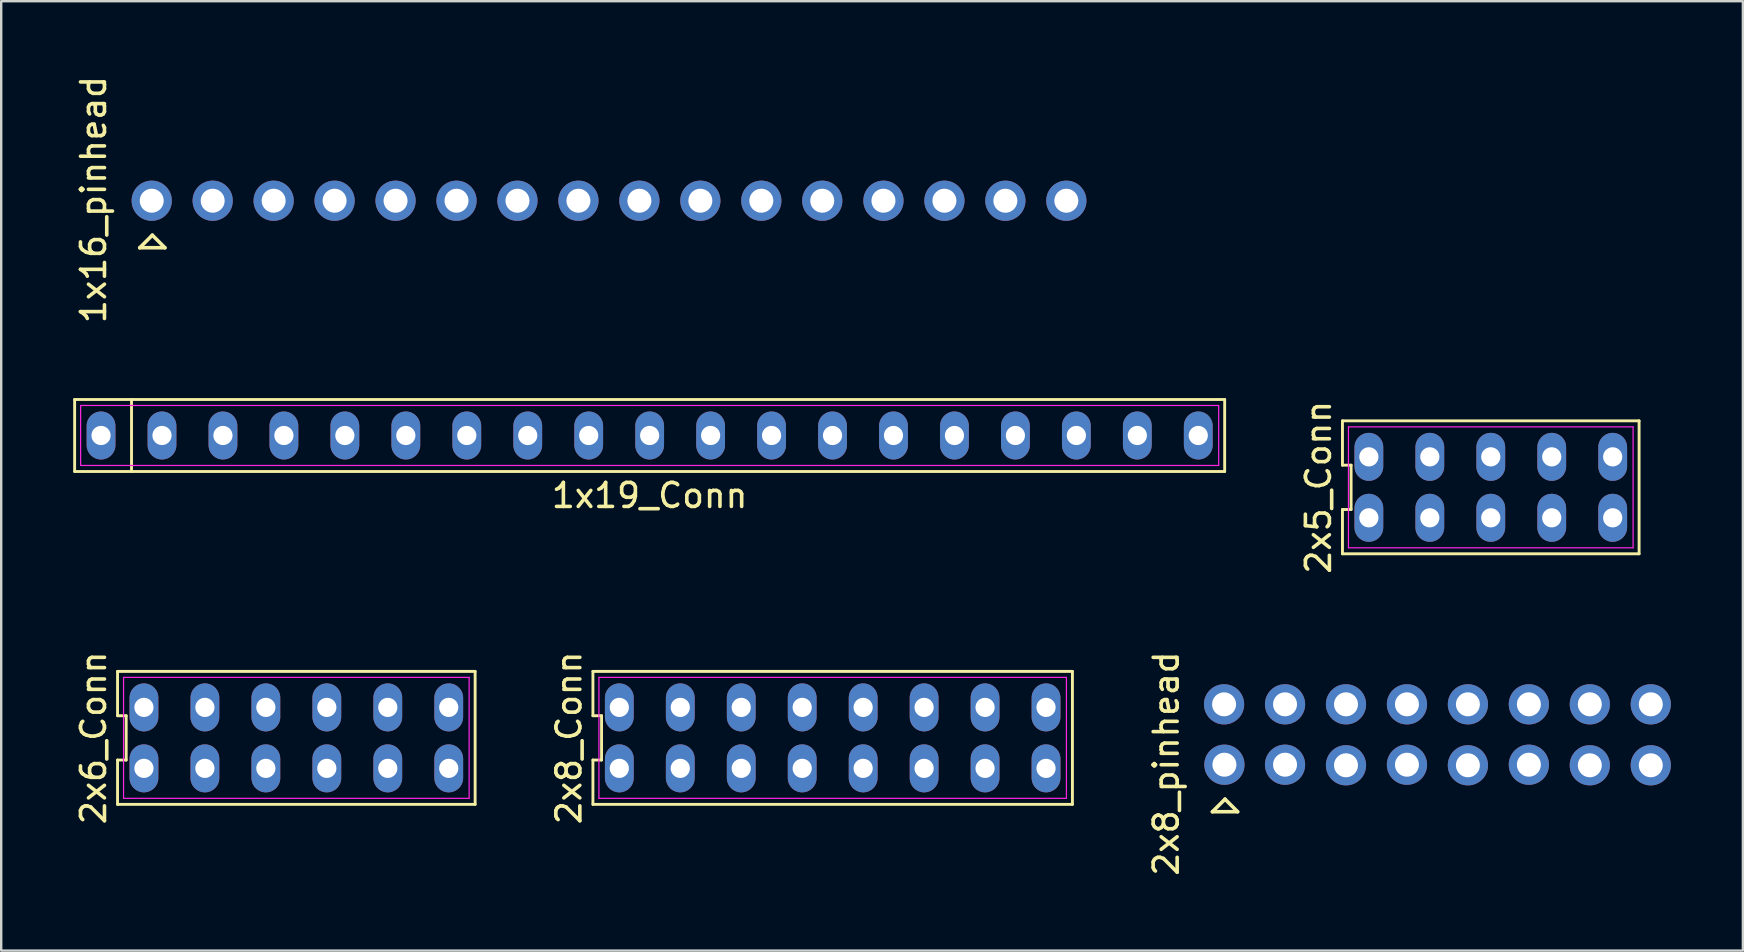
<source format=kicad_pcb>
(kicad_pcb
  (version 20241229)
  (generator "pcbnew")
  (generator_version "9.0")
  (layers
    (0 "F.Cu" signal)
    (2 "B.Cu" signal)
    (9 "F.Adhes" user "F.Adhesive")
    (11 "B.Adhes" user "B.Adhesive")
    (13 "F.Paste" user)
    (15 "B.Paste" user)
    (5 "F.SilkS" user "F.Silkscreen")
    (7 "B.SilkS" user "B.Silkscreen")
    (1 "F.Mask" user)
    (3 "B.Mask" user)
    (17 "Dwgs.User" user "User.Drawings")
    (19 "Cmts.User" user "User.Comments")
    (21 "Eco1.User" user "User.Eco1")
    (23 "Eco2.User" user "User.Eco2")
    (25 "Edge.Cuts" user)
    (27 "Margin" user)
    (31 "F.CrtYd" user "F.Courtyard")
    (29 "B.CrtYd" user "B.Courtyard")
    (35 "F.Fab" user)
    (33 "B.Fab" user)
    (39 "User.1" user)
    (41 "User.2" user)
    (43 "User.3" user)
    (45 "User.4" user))
  (footprint "2x5_Conn"
    (layer "F.Cu")
    (at 59.068 17.256)
    (property "Reference" "2x5_Conn" (at -7.18 0 90) (layer "F.SilkS") (effects (font (size 1 1) (thickness 0.15))))
    (attr through_hole)
    (fp_line (start -6.18 -2.77) (end -6.18 -0.923) (stroke (width 0.12) (type solid)) (layer "F.SilkS"))
    (fp_line (start -6.18 -0.923) (end -5.82 -0.923) (stroke (width 0.12) (type solid)) (layer "F.SilkS"))
    (fp_line (start -6.18 0.923) (end -6.18 2.77) (stroke (width 0.12) (type solid)) (layer "F.SilkS"))
    (fp_line (start -6.18 2.77) (end 6.18 2.77) (stroke (width 0.12) (type solid)) (layer "F.SilkS"))
    (fp_line (start -5.82 -0.923) (end -5.82 0.923) (stroke (width 0.12) (type solid)) (layer "F.SilkS"))
    (fp_line (start -5.82 0.923) (end -6.18 0.923) (stroke (width 0.12) (type solid)) (layer "F.SilkS"))
    (fp_line (start 6.18 -2.77) (end -6.18 -2.77) (stroke (width 0.12) (type solid)) (layer "F.SilkS"))
    (fp_line (start 6.18 2.77) (end 6.18 -2.77) (stroke (width 0.12) (type solid)) (layer "F.SilkS"))
    (fp_line (start -5.93 -2.52) (end 5.93 -2.52) (stroke (width 0.05) (type solid)) (layer "F.CrtYd"))
    (fp_line (start -5.93 2.52) (end -5.93 -2.52) (stroke (width 0.05) (type solid)) (layer "F.CrtYd"))
    (fp_line (start 5.93 -2.52) (end 5.93 2.52) (stroke (width 0.05) (type solid)) (layer "F.CrtYd"))
    (fp_line (start 5.93 2.52) (end -5.93 2.52) (stroke (width 0.05) (type solid)) (layer "F.CrtYd"))
    (pad "1" thru_hole oval (at -5.08 1.27) (size 1.2 2) (drill 0.8) (layers "*.Cu" "*.Mask"))
    (pad "2" thru_hole oval (at -5.08 -1.27) (size 1.2 2) (drill 0.8) (layers "*.Cu" "*.Mask"))
    (pad "3" thru_hole oval (at -2.54 1.27) (size 1.2 2) (drill 0.8) (layers "*.Cu" "*.Mask"))
    (pad "4" thru_hole oval (at -2.54 -1.27) (size 1.2 2) (drill 0.8) (layers "*.Cu" "*.Mask"))
    (pad "5" thru_hole oval (at 0 1.27) (size 1.2 2) (drill 0.8) (layers "*.Cu" "*.Mask"))
    (pad "6" thru_hole oval (at 0 -1.27) (size 1.2 2) (drill 0.8) (layers "*.Cu" "*.Mask"))
    (pad "7" thru_hole oval (at 2.54 1.27) (size 1.2 2) (drill 0.8) (layers "*.Cu" "*.Mask"))
    (pad "8" thru_hole oval (at 2.54 -1.27) (size 1.2 2) (drill 0.8) (layers "*.Cu" "*.Mask"))
    (pad "9" thru_hole oval (at 5.08 1.27) (size 1.2 2) (drill 0.8) (layers "*.Cu" "*.Mask"))
    (pad "10" thru_hole oval (at 5.08 -1.27) (size 1.2 2) (drill 0.8) (layers "*.Cu" "*.Mask")))
  (footprint "2x8_Conn"
    (layer "F.Cu")
    (at 31.646 27.696)
    (property "Reference" "2x8_Conn" (at -10.99 0 90) (layer "F.SilkS") (effects (font (size 1 1) (thickness 0.15))))
    (attr through_hole)
    (fp_line (start -9.99 -2.77) (end -9.99 -0.923) (stroke (width 0.12) (type solid)) (layer "F.SilkS"))
    (fp_line (start -9.99 -0.923) (end -9.63 -0.923) (stroke (width 0.12) (type solid)) (layer "F.SilkS"))
    (fp_line (start -9.99 0.923) (end -9.99 2.77) (stroke (width 0.12) (type solid)) (layer "F.SilkS"))
    (fp_line (start -9.99 2.77) (end 9.99 2.77) (stroke (width 0.12) (type solid)) (layer "F.SilkS"))
    (fp_line (start -9.63 -0.923) (end -9.63 0.923) (stroke (width 0.12) (type solid)) (layer "F.SilkS"))
    (fp_line (start -9.63 0.923) (end -9.99 0.923) (stroke (width 0.12) (type solid)) (layer "F.SilkS"))
    (fp_line (start 9.99 -2.77) (end -9.99 -2.77) (stroke (width 0.12) (type solid)) (layer "F.SilkS"))
    (fp_line (start 9.99 2.77) (end 9.99 -2.77) (stroke (width 0.12) (type solid)) (layer "F.SilkS"))
    (fp_line (start -9.74 -2.52) (end 9.74 -2.52) (stroke (width 0.05) (type solid)) (layer "F.CrtYd"))
    (fp_line (start -9.74 2.52) (end -9.74 -2.52) (stroke (width 0.05) (type solid)) (layer "F.CrtYd"))
    (fp_line (start 9.74 -2.52) (end 9.74 2.52) (stroke (width 0.05) (type solid)) (layer "F.CrtYd"))
    (fp_line (start 9.74 2.52) (end -9.74 2.52) (stroke (width 0.05) (type solid)) (layer "F.CrtYd"))
    (pad "1" thru_hole oval (at -8.89 1.27) (size 1.2 2) (drill 0.8) (layers "*.Cu" "*.Mask"))
    (pad "2" thru_hole oval (at -8.89 -1.27) (size 1.2 2) (drill 0.8) (layers "*.Cu" "*.Mask"))
    (pad "3" thru_hole oval (at -6.35 1.27) (size 1.2 2) (drill 0.8) (layers "*.Cu" "*.Mask"))
    (pad "4" thru_hole oval (at -6.35 -1.27) (size 1.2 2) (drill 0.8) (layers "*.Cu" "*.Mask"))
    (pad "5" thru_hole oval (at -3.81 1.27) (size 1.2 2) (drill 0.8) (layers "*.Cu" "*.Mask"))
    (pad "6" thru_hole oval (at -3.81 -1.27) (size 1.2 2) (drill 0.8) (layers "*.Cu" "*.Mask"))
    (pad "7" thru_hole oval (at -1.27 1.27) (size 1.2 2) (drill 0.8) (layers "*.Cu" "*.Mask"))
    (pad "8" thru_hole oval (at -1.27 -1.27) (size 1.2 2) (drill 0.8) (layers "*.Cu" "*.Mask"))
    (pad "9" thru_hole oval (at 1.27 1.27) (size 1.2 2) (drill 0.8) (layers "*.Cu" "*.Mask"))
    (pad "10" thru_hole oval (at 1.27 -1.27) (size 1.2 2) (drill 0.8) (layers "*.Cu" "*.Mask"))
    (pad "11" thru_hole oval (at 3.81 1.27) (size 1.2 2) (drill 0.8) (layers "*.Cu" "*.Mask"))
    (pad "12" thru_hole oval (at 3.81 -1.27) (size 1.2 2) (drill 0.8) (layers "*.Cu" "*.Mask"))
    (pad "13" thru_hole oval (at 6.35 1.27) (size 1.2 2) (drill 0.8) (layers "*.Cu" "*.Mask"))
    (pad "14" thru_hole oval (at 6.35 -1.27) (size 1.2 2) (drill 0.8) (layers "*.Cu" "*.Mask"))
    (pad "15" thru_hole oval (at 8.89 1.27) (size 1.2 2) (drill 0.8) (layers "*.Cu" "*.Mask"))
    (pad "16" thru_hole oval (at 8.89 -1.27) (size 1.2 2) (drill 0.8) (layers "*.Cu" "*.Mask")))
  (footprint "1x19_Conn"
    (layer "F.Cu")
    (at 24.02 15.096)
    (property "Reference" "1x19_Conn" (at 0 2.5 0) (layer "F.SilkS") (effects (font (size 1 1) (thickness 0.15))))
    (attr through_hole)
    (fp_line (start -23.96 -1.5) (end 23.96 -1.5) (stroke (width 0.12) (type solid)) (layer "F.SilkS"))
    (fp_line (start -23.96 1.5) (end -23.96 -1.5) (stroke (width 0.12) (type solid)) (layer "F.SilkS"))
    (fp_line (start -21.59 -1.5) (end -21.59 1.5) (stroke (width 0.12) (type solid)) (layer "F.SilkS"))
    (fp_line (start 23.96 -1.5) (end 23.96 1.5) (stroke (width 0.12) (type solid)) (layer "F.SilkS"))
    (fp_line (start 23.96 1.5) (end -23.96 1.5) (stroke (width 0.12) (type solid)) (layer "F.SilkS"))
    (fp_line (start -23.71 -1.25) (end 23.71 -1.25) (stroke (width 0.05) (type solid)) (layer "F.CrtYd"))
    (fp_line (start -23.71 1.25) (end -23.71 -1.25) (stroke (width 0.05) (type solid)) (layer "F.CrtYd"))
    (fp_line (start 23.71 -1.25) (end 23.71 1.25) (stroke (width 0.05) (type solid)) (layer "F.CrtYd"))
    (fp_line (start 23.71 1.25) (end -23.71 1.25) (stroke (width 0.05) (type solid)) (layer "F.CrtYd"))
    (pad "1" thru_hole oval (at -22.86 0) (size 1.2 2) (drill 0.8) (layers "*.Cu" "*.Mask"))
    (pad "2" thru_hole oval (at -20.32 0) (size 1.2 2) (drill 0.8) (layers "*.Cu" "*.Mask"))
    (pad "3" thru_hole oval (at -17.78 0) (size 1.2 2) (drill 0.8) (layers "*.Cu" "*.Mask"))
    (pad "4" thru_hole oval (at -15.24 0) (size 1.2 2) (drill 0.8) (layers "*.Cu" "*.Mask"))
    (pad "5" thru_hole oval (at -12.7 0) (size 1.2 2) (drill 0.8) (layers "*.Cu" "*.Mask"))
    (pad "6" thru_hole oval (at -10.16 0) (size 1.2 2) (drill 0.8) (layers "*.Cu" "*.Mask"))
    (pad "7" thru_hole oval (at -7.62 0) (size 1.2 2) (drill 0.8) (layers "*.Cu" "*.Mask"))
    (pad "8" thru_hole oval (at -5.08 0) (size 1.2 2) (drill 0.8) (layers "*.Cu" "*.Mask"))
    (pad "9" thru_hole oval (at -2.54 0) (size 1.2 2) (drill 0.8) (layers "*.Cu" "*.Mask"))
    (pad "10" thru_hole oval (at 0 0) (size 1.2 2) (drill 0.8) (layers "*.Cu" "*.Mask"))
    (pad "11" thru_hole oval (at 2.54 0) (size 1.2 2) (drill 0.8) (layers "*.Cu" "*.Mask"))
    (pad "12" thru_hole oval (at 5.08 0) (size 1.2 2) (drill 0.8) (layers "*.Cu" "*.Mask"))
    (pad "13" thru_hole oval (at 7.62 0) (size 1.2 2) (drill 0.8) (layers "*.Cu" "*.Mask"))
    (pad "14" thru_hole oval (at 10.16 0) (size 1.2 2) (drill 0.8) (layers "*.Cu" "*.Mask"))
    (pad "15" thru_hole oval (at 12.7 0) (size 1.2 2) (drill 0.8) (layers "*.Cu" "*.Mask"))
    (pad "16" thru_hole oval (at 15.24 0) (size 1.2 2) (drill 0.8) (layers "*.Cu" "*.Mask"))
    (pad "17" thru_hole oval (at 17.78 0) (size 1.2 2) (drill 0.8) (layers "*.Cu" "*.Mask"))
    (pad "18" thru_hole oval (at 20.32 0) (size 1.2 2) (drill 0.8) (layers "*.Cu" "*.Mask"))
    (pad "19" thru_hole oval (at 22.86 0) (size 1.2 2) (drill 0.8) (layers "*.Cu" "*.Mask")))
  (footprint "1x16_pinhead"
    (layer "F.Cu")
    (at 3.258 5.338)
    (property "Reference" "1x16_pinhead" (at -2.41 -0.07 90) (layer "F.SilkS") (effects (font (size 1 1) (thickness 0.15))))
    (attr through_hole)
    (fp_line (start -0.486 1.936) (end 0.564 1.936) (stroke (width 0.15) (type solid)) (layer "F.SilkS"))
    (fp_line (start 0.039 1.411) (end -0.486 1.936) (stroke (width 0.15) (type solid)) (layer "F.SilkS"))
    (fp_line (start 0.564 1.936) (end 0.039 1.411) (stroke (width 0.15) (type solid)) (layer "F.SilkS"))
    (fp_poly (pts (xy -0.24 0.23) (xy 0.268 0.23) (xy 0.268 -0.278) (xy -0.24 -0.278)) (stroke (width 0.1) (type solid)) (fill no) (layer "F.Fab"))
    (fp_poly (pts (xy 2.3 0.23) (xy 2.808 0.23) (xy 2.808 -0.278) (xy 2.3 -0.278)) (stroke (width 0.1) (type solid)) (fill no) (layer "F.Fab"))
    (fp_poly (pts (xy 4.84 0.23) (xy 5.348 0.23) (xy 5.348 -0.278) (xy 4.84 -0.278)) (stroke (width 0.1) (type solid)) (fill no) (layer "F.Fab"))
    (fp_poly (pts (xy 7.38 0.23) (xy 7.888 0.23) (xy 7.888 -0.278) (xy 7.38 -0.278)) (stroke (width 0.1) (type solid)) (fill no) (layer "F.Fab"))
    (fp_poly (pts (xy 9.92 0.23) (xy 10.428 0.23) (xy 10.428 -0.278) (xy 9.92 -0.278)) (stroke (width 0.1) (type solid)) (fill no) (layer "F.Fab"))
    (fp_poly (pts (xy 12.46 0.23) (xy 12.968 0.23) (xy 12.968 -0.278) (xy 12.46 -0.278)) (stroke (width 0.1) (type solid)) (fill no) (layer "F.Fab"))
    (fp_poly (pts (xy 15 0.23) (xy 15.508 0.23) (xy 15.508 -0.278) (xy 15 -0.278)) (stroke (width 0.1) (type solid)) (fill no) (layer "F.Fab"))
    (fp_poly (pts (xy 17.54 0.23) (xy 18.048 0.23) (xy 18.048 -0.278) (xy 17.54 -0.278)) (stroke (width 0.1) (type solid)) (fill no) (layer "F.Fab"))
    (fp_poly (pts (xy 20.08 0.23) (xy 20.588 0.23) (xy 20.588 -0.278) (xy 20.08 -0.278)) (stroke (width 0.1) (type solid)) (fill no) (layer "F.Fab"))
    (fp_poly (pts (xy 22.62 0.23) (xy 23.128 0.23) (xy 23.128 -0.278) (xy 22.62 -0.278)) (stroke (width 0.1) (type solid)) (fill no) (layer "F.Fab"))
    (fp_poly (pts (xy 25.16 0.23) (xy 25.668 0.23) (xy 25.668 -0.278) (xy 25.16 -0.278)) (stroke (width 0.1) (type solid)) (fill no) (layer "F.Fab"))
    (fp_poly (pts (xy 27.7 0.23) (xy 28.208 0.23) (xy 28.208 -0.278) (xy 27.7 -0.278)) (stroke (width 0.1) (type solid)) (fill no) (layer "F.Fab"))
    (fp_poly (pts (xy 30.25 0.23) (xy 30.758 0.23) (xy 30.758 -0.278) (xy 30.25 -0.278)) (stroke (width 0.1) (type solid)) (fill no) (layer "F.Fab"))
    (fp_poly (pts (xy 32.79 0.23) (xy 33.298 0.23) (xy 33.298 -0.278) (xy 32.79 -0.278)) (stroke (width 0.1) (type solid)) (fill no) (layer "F.Fab"))
    (fp_poly (pts (xy 35.33 0.23) (xy 35.838 0.23) (xy 35.838 -0.278) (xy 35.33 -0.278)) (stroke (width 0.1) (type solid)) (fill no) (layer "F.Fab"))
    (fp_poly (pts (xy 37.87 0.23) (xy 38.378 0.23) (xy 38.378 -0.278) (xy 37.87 -0.278)) (stroke (width 0.1) (type solid)) (fill no) (layer "F.Fab"))
    (pad "1" thru_hole circle (at 0.014 -0.024 90) (size 1.676 1.676) (drill 1) (layers "*.Cu" "*.Mask"))
    (pad "2" thru_hole circle (at 2.554 -0.024 90) (size 1.676 1.676) (drill 1) (layers "*.Cu" "*.Mask"))
    (pad "3" thru_hole circle (at 5.094 -0.024 90) (size 1.676 1.676) (drill 1) (layers "*.Cu" "*.Mask"))
    (pad "4" thru_hole circle (at 7.634 -0.024 90) (size 1.676 1.676) (drill 1) (layers "*.Cu" "*.Mask"))
    (pad "5" thru_hole circle (at 10.174 -0.024 90) (size 1.676 1.676) (drill 1) (layers "*.Cu" "*.Mask"))
    (pad "6" thru_hole circle (at 12.714 -0.024 90) (size 1.676 1.676) (drill 1) (layers "*.Cu" "*.Mask"))
    (pad "7" thru_hole circle (at 15.254 -0.024 90) (size 1.676 1.676) (drill 1) (layers "*.Cu" "*.Mask"))
    (pad "8" thru_hole circle (at 17.794 -0.024 90) (size 1.676 1.676) (drill 1) (layers "*.Cu" "*.Mask"))
    (pad "9" thru_hole circle (at 20.334 -0.024 90) (size 1.676 1.676) (drill 1) (layers "*.Cu" "*.Mask"))
    (pad "10" thru_hole circle (at 22.874 -0.024 90) (size 1.676 1.676) (drill 1) (layers "*.Cu" "*.Mask"))
    (pad "11" thru_hole circle (at 25.414 -0.024 90) (size 1.676 1.676) (drill 1) (layers "*.Cu" "*.Mask"))
    (pad "12" thru_hole circle (at 27.954 -0.024 90) (size 1.676 1.676) (drill 1) (layers "*.Cu" "*.Mask"))
    (pad "13" thru_hole circle (at 30.504 -0.024 90) (size 1.676 1.676) (drill 1) (layers "*.Cu" "*.Mask"))
    (pad "14" thru_hole circle (at 33.044 -0.024 90) (size 1.676 1.676) (drill 1) (layers "*.Cu" "*.Mask"))
    (pad "15" thru_hole circle (at 35.584 -0.024 90) (size 1.676 1.676) (drill 1) (layers "*.Cu" "*.Mask"))
    (pad "16" thru_hole circle (at 38.124 -0.024 90) (size 1.676 1.676) (drill 1) (layers "*.Cu" "*.Mask")))
  (footprint "2x6_Conn"
    (layer "F.Cu")
    (at 9.298 27.696)
    (property "Reference" "2x6_Conn" (at -8.45 0 90) (layer "F.SilkS") (effects (font (size 1 1) (thickness 0.15))))
    (attr through_hole)
    (fp_line (start -7.45 -2.77) (end -7.45 -0.923) (stroke (width 0.12) (type solid)) (layer "F.SilkS"))
    (fp_line (start -7.45 -0.923) (end -7.09 -0.923) (stroke (width 0.12) (type solid)) (layer "F.SilkS"))
    (fp_line (start -7.45 0.923) (end -7.45 2.77) (stroke (width 0.12) (type solid)) (layer "F.SilkS"))
    (fp_line (start -7.45 2.77) (end 7.45 2.77) (stroke (width 0.12) (type solid)) (layer "F.SilkS"))
    (fp_line (start -7.09 -0.923) (end -7.09 0.923) (stroke (width 0.12) (type solid)) (layer "F.SilkS"))
    (fp_line (start -7.09 0.923) (end -7.45 0.923) (stroke (width 0.12) (type solid)) (layer "F.SilkS"))
    (fp_line (start 7.45 -2.77) (end -7.45 -2.77) (stroke (width 0.12) (type solid)) (layer "F.SilkS"))
    (fp_line (start 7.45 2.77) (end 7.45 -2.77) (stroke (width 0.12) (type solid)) (layer "F.SilkS"))
    (fp_line (start -7.2 -2.52) (end 7.2 -2.52) (stroke (width 0.05) (type solid)) (layer "F.CrtYd"))
    (fp_line (start -7.2 2.52) (end -7.2 -2.52) (stroke (width 0.05) (type solid)) (layer "F.CrtYd"))
    (fp_line (start 7.2 -2.52) (end 7.2 2.52) (stroke (width 0.05) (type solid)) (layer "F.CrtYd"))
    (fp_line (start 7.2 2.52) (end -7.2 2.52) (stroke (width 0.05) (type solid)) (layer "F.CrtYd"))
    (pad "1" thru_hole oval (at -6.35 1.27) (size 1.2 2) (drill 0.8) (layers "*.Cu" "*.Mask"))
    (pad "2" thru_hole oval (at -3.81 1.27) (size 1.2 2) (drill 0.8) (layers "*.Cu" "*.Mask"))
    (pad "3" thru_hole oval (at -1.27 1.27) (size 1.2 2) (drill 0.8) (layers "*.Cu" "*.Mask"))
    (pad "4" thru_hole oval (at 1.27 1.27) (size 1.2 2) (drill 0.8) (layers "*.Cu" "*.Mask"))
    (pad "5" thru_hole oval (at 3.81 1.27) (size 1.2 2) (drill 0.8) (layers "*.Cu" "*.Mask"))
    (pad "6" thru_hole oval (at 6.35 1.27) (size 1.2 2) (drill 0.8) (layers "*.Cu" "*.Mask"))
    (pad "7" thru_hole oval (at -6.35 -1.27) (size 1.2 2) (drill 0.8) (layers "*.Cu" "*.Mask"))
    (pad "8" thru_hole oval (at -3.81 -1.27) (size 1.2 2) (drill 0.8) (layers "*.Cu" "*.Mask"))
    (pad "9" thru_hole oval (at -1.27 -1.27) (size 1.2 2) (drill 0.8) (layers "*.Cu" "*.Mask"))
    (pad "10" thru_hole oval (at 1.27 -1.27) (size 1.2 2) (drill 0.8) (layers "*.Cu" "*.Mask"))
    (pad "11" thru_hole oval (at 3.81 -1.27) (size 1.2 2) (drill 0.8) (layers "*.Cu" "*.Mask"))
    (pad "12" thru_hole oval (at 6.35 -1.27) (size 1.2 2) (drill 0.8) (layers "*.Cu" "*.Mask")))
  (footprint "2x8_pinhead"
    (layer "F.Cu")
    (at 47.955 28.838)
    (property "Reference" "2x8_pinhead" (at -2.41 -0.07 90) (layer "F.SilkS") (effects (font (size 1 1) (thickness 0.15))))
    (attr through_hole)
    (fp_line (start -0.486 1.936) (end 0.564 1.936) (stroke (width 0.15) (type solid)) (layer "F.SilkS"))
    (fp_line (start 0.039 1.411) (end -0.486 1.936) (stroke (width 0.15) (type solid)) (layer "F.SilkS"))
    (fp_line (start 0.564 1.936) (end 0.039 1.411) (stroke (width 0.15) (type solid)) (layer "F.SilkS"))
    (fp_poly (pts (xy -0.24 -2.31) (xy 0.268 -2.31) (xy 0.268 -2.818) (xy -0.24 -2.818)) (stroke (width 0.1) (type solid)) (fill no) (layer "F.Fab"))
    (fp_poly (pts (xy -0.24 0.23) (xy 0.268 0.23) (xy 0.268 -0.278) (xy -0.24 -0.278)) (stroke (width 0.1) (type solid)) (fill no) (layer "F.Fab"))
    (fp_poly (pts (xy 2.3 -2.31) (xy 2.808 -2.31) (xy 2.808 -2.818) (xy 2.3 -2.818)) (stroke (width 0.1) (type solid)) (fill no) (layer "F.Fab"))
    (fp_poly (pts (xy 2.3 0.23) (xy 2.808 0.23) (xy 2.808 -0.278) (xy 2.3 -0.278)) (stroke (width 0.1) (type solid)) (fill no) (layer "F.Fab"))
    (fp_poly (pts (xy 4.84 -2.31) (xy 5.348 -2.31) (xy 5.348 -2.818) (xy 4.84 -2.818)) (stroke (width 0.1) (type solid)) (fill no) (layer "F.Fab"))
    (fp_poly (pts (xy 4.84 0.23) (xy 5.348 0.23) (xy 5.348 -0.278) (xy 4.84 -0.278)) (stroke (width 0.1) (type solid)) (fill no) (layer "F.Fab"))
    (fp_poly (pts (xy 7.38 -2.31) (xy 7.888 -2.31) (xy 7.888 -2.818) (xy 7.38 -2.818)) (stroke (width 0.1) (type solid)) (fill no) (layer "F.Fab"))
    (fp_poly (pts (xy 7.38 0.23) (xy 7.888 0.23) (xy 7.888 -0.278) (xy 7.38 -0.278)) (stroke (width 0.1) (type solid)) (fill no) (layer "F.Fab"))
    (fp_poly (pts (xy 9.92 0.23) (xy 10.428 0.23) (xy 10.428 -0.278) (xy 9.92 -0.278)) (stroke (width 0.1) (type solid)) (fill no) (layer "F.Fab"))
    (fp_poly (pts (xy 9.93 -2.31) (xy 10.438 -2.31) (xy 10.438 -2.818) (xy 9.93 -2.818)) (stroke (width 0.1) (type solid)) (fill no) (layer "F.Fab"))
    (fp_poly (pts (xy 12.46 0.23) (xy 12.968 0.23) (xy 12.968 -0.278) (xy 12.46 -0.278)) (stroke (width 0.1) (type solid)) (fill no) (layer "F.Fab"))
    (fp_poly (pts (xy 12.47 -2.31) (xy 12.978 -2.31) (xy 12.978 -2.818) (xy 12.47 -2.818)) (stroke (width 0.1) (type solid)) (fill no) (layer "F.Fab"))
    (fp_poly (pts (xy 15 0.23) (xy 15.508 0.23) (xy 15.508 -0.278) (xy 15 -0.278)) (stroke (width 0.1) (type solid)) (fill no) (layer "F.Fab"))
    (fp_poly (pts (xy 15.01 -2.31) (xy 15.518 -2.31) (xy 15.518 -2.818) (xy 15.01 -2.818)) (stroke (width 0.1) (type solid)) (fill no) (layer "F.Fab"))
    (fp_poly (pts (xy 17.54 0.23) (xy 18.048 0.23) (xy 18.048 -0.278) (xy 17.54 -0.278)) (stroke (width 0.1) (type solid)) (fill no) (layer "F.Fab"))
    (fp_poly (pts (xy 17.55 -2.31) (xy 18.058 -2.31) (xy 18.058 -2.818) (xy 17.55 -2.818)) (stroke (width 0.1) (type solid)) (fill no) (layer "F.Fab"))
    (pad "1" thru_hole circle (at 0.014 -0.024 90) (size 1.676 1.676) (drill 1) (layers "*.Cu" "*.Mask"))
    (pad "2" thru_hole circle (at 0 -2.54 90) (size 1.676 1.676) (drill 1) (layers "*.Cu" "*.Mask"))
    (pad "3" thru_hole circle (at 2.54 -0.024 90) (size 1.676 1.676) (drill 1) (layers "*.Cu" "*.Mask"))
    (pad "4" thru_hole circle (at 2.54 -2.54 90) (size 1.676 1.676) (drill 1) (layers "*.Cu" "*.Mask"))
    (pad "5" thru_hole circle (at 5.08 0 90) (size 1.676 1.676) (drill 1) (layers "*.Cu" "*.Mask"))
    (pad "6" thru_hole circle (at 5.08 -2.54 90) (size 1.676 1.676) (drill 1) (layers "*.Cu" "*.Mask"))
    (pad "7" thru_hole circle (at 7.62 -0.024 90) (size 1.676 1.676) (drill 1) (layers "*.Cu" "*.Mask"))
    (pad "8" thru_hole circle (at 7.62 -2.54 90) (size 1.676 1.676) (drill 1) (layers "*.Cu" "*.Mask"))
    (pad "9" thru_hole circle (at 10.16 0 90) (size 1.676 1.676) (drill 1) (layers "*.Cu" "*.Mask"))
    (pad "10" thru_hole circle (at 10.16 -2.54 90) (size 1.676 1.676) (drill 1) (layers "*.Cu" "*.Mask"))
    (pad "11" thru_hole circle (at 12.7 -0.024 90) (size 1.676 1.676) (drill 1) (layers "*.Cu" "*.Mask"))
    (pad "12" thru_hole circle (at 12.7 -2.54 90) (size 1.676 1.676) (drill 1) (layers "*.Cu" "*.Mask"))
    (pad "13" thru_hole circle (at 15.24 0 90) (size 1.676 1.676) (drill 1) (layers "*.Cu" "*.Mask"))
    (pad "14" thru_hole circle (at 15.24 -2.54 90) (size 1.676 1.676) (drill 1) (layers "*.Cu" "*.Mask"))
    (pad "15" thru_hole circle (at 17.78 0 90) (size 1.676 1.676) (drill 1) (layers "*.Cu" "*.Mask"))
    (pad "16" thru_hole circle (at 17.78 -2.54 90) (size 1.676 1.676) (drill 1) (layers "*.Cu" "*.Mask")))
  (gr_rect
    (start -3 -3)
    (end 69.573 36.56)
    (stroke (width 0.1) (type default))
    (fill no)
    (layer "Edge.Cuts")))
</source>
